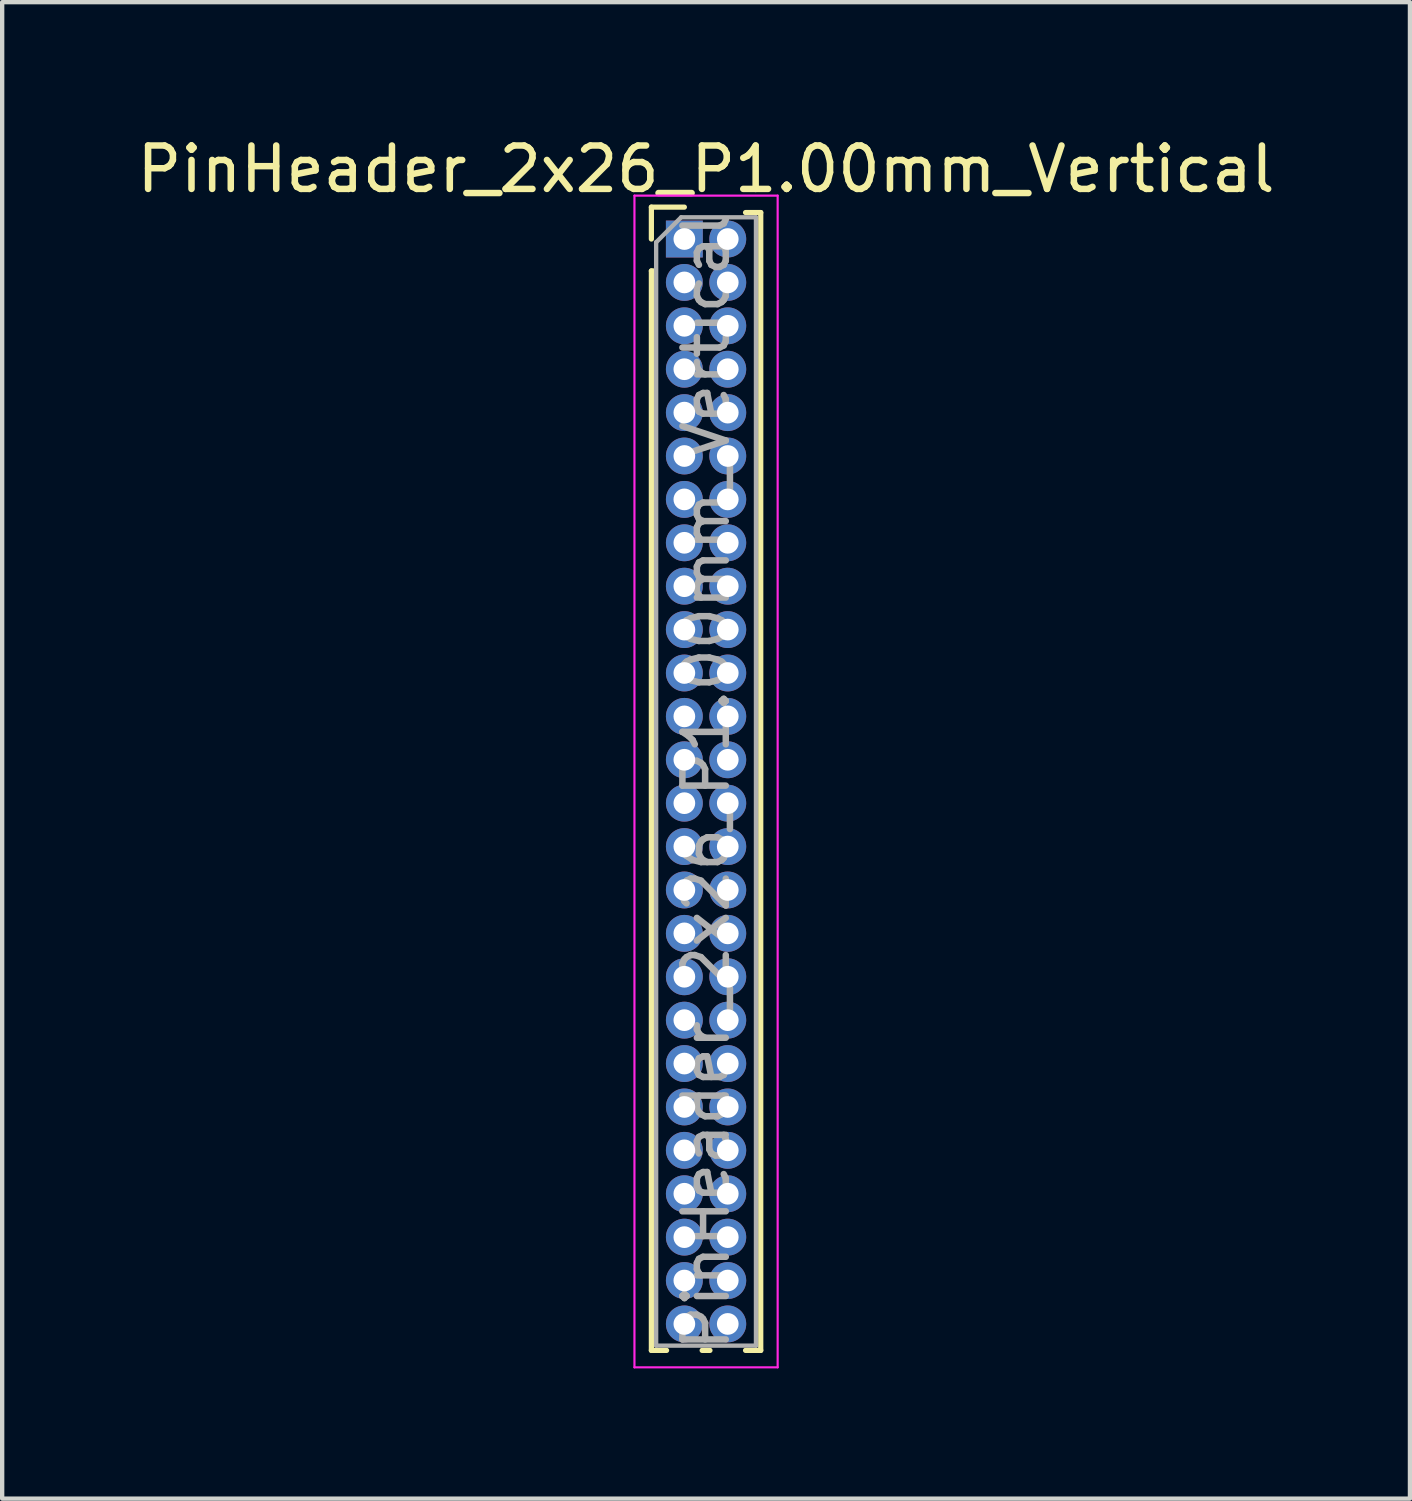
<source format=kicad_pcb>
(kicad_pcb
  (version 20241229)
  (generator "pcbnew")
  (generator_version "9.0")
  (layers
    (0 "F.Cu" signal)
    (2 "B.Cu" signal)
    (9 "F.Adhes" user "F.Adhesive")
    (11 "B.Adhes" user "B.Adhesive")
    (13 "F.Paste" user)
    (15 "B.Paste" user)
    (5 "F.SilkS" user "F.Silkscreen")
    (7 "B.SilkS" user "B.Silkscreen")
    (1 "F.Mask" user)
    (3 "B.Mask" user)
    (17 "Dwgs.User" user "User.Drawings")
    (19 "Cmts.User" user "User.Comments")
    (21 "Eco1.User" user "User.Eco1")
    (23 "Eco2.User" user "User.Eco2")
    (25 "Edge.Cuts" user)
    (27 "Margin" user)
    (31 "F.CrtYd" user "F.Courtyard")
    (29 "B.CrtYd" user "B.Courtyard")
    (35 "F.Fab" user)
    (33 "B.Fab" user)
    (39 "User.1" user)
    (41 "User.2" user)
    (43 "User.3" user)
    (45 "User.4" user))
  (footprint "PinHeader_2x26_P1.00mm_Vertical"
    (layer "F.Cu")
    (at 12.72 2.458)
    (property "Reference" "PinHeader_2x26_P1.00mm_Vertical" (at 0.5 -1.61 0) (layer "F.SilkS") (effects (font (size 1 1) (thickness 0.15))))
    (attr through_hole)
    (fp_line (start -0.76 -0.735) (end 0 -0.735) (stroke (width 0.12) (type solid)) (layer "F.SilkS"))
    (fp_line (start -0.76 0) (end -0.76 -0.735) (stroke (width 0.12) (type solid)) (layer "F.SilkS"))
    (fp_line (start -0.76 0.735) (end -0.76 25.61) (stroke (width 0.12) (type solid)) (layer "F.SilkS"))
    (fp_line (start -0.76 0.735) (end -0.686 0.735) (stroke (width 0.12) (type solid)) (layer "F.SilkS"))
    (fp_line (start -0.76 25.61) (end -0.41 25.61) (stroke (width 0.12) (type solid)) (layer "F.SilkS"))
    (fp_line (start 0.41 25.61) (end 0.59 25.61) (stroke (width 0.12) (type solid)) (layer "F.SilkS"))
    (fp_line (start 1.41 -0.61) (end 1.76 -0.61) (stroke (width 0.12) (type solid)) (layer "F.SilkS"))
    (fp_line (start 1.41 25.61) (end 1.76 25.61) (stroke (width 0.12) (type solid)) (layer "F.SilkS"))
    (fp_line (start 1.76 -0.61) (end 1.76 25.61) (stroke (width 0.12) (type solid)) (layer "F.SilkS"))
    (fp_line (start -1.15 -1) (end -1.15 26) (stroke (width 0.05) (type solid)) (layer "F.CrtYd"))
    (fp_line (start -1.15 26) (end 2.15 26) (stroke (width 0.05) (type solid)) (layer "F.CrtYd"))
    (fp_line (start 2.15 -1) (end -1.15 -1) (stroke (width 0.05) (type solid)) (layer "F.CrtYd"))
    (fp_line (start 2.15 26) (end 2.15 -1) (stroke (width 0.05) (type solid)) (layer "F.CrtYd"))
    (fp_line (start -0.65 0.075) (end -0.075 -0.5) (stroke (width 0.1) (type solid)) (layer "F.Fab"))
    (fp_line (start -0.65 25.5) (end -0.65 0.075) (stroke (width 0.1) (type solid)) (layer "F.Fab"))
    (fp_line (start -0.075 -0.5) (end 1.65 -0.5) (stroke (width 0.1) (type solid)) (layer "F.Fab"))
    (fp_line (start 1.65 -0.5) (end 1.65 25.5) (stroke (width 0.1) (type solid)) (layer "F.Fab"))
    (fp_line (start 1.65 25.5) (end -0.65 25.5) (stroke (width 0.1) (type solid)) (layer "F.Fab"))
    (fp_text user "${REFERENCE}" (at 0.5 12.5 90) (layer "F.Fab") (effects (font (size 1 1) (thickness 0.15))))
    (pad "1" thru_hole rect (at 0 0) (size 0.85 0.85) (drill 0.5) (layers "*.Cu" "*.Mask"))
    (pad "2" thru_hole circle (at 1 0) (size 0.85 0.85) (drill 0.5) (layers "*.Cu" "*.Mask"))
    (pad "3" thru_hole circle (at 0 1) (size 0.85 0.85) (drill 0.5) (layers "*.Cu" "*.Mask"))
    (pad "4" thru_hole circle (at 1 1) (size 0.85 0.85) (drill 0.5) (layers "*.Cu" "*.Mask"))
    (pad "5" thru_hole circle (at 0 2) (size 0.85 0.85) (drill 0.5) (layers "*.Cu" "*.Mask"))
    (pad "6" thru_hole circle (at 1 2) (size 0.85 0.85) (drill 0.5) (layers "*.Cu" "*.Mask"))
    (pad "7" thru_hole circle (at 0 3) (size 0.85 0.85) (drill 0.5) (layers "*.Cu" "*.Mask"))
    (pad "8" thru_hole circle (at 1 3) (size 0.85 0.85) (drill 0.5) (layers "*.Cu" "*.Mask"))
    (pad "9" thru_hole circle (at 0 4) (size 0.85 0.85) (drill 0.5) (layers "*.Cu" "*.Mask"))
    (pad "10" thru_hole circle (at 1 4) (size 0.85 0.85) (drill 0.5) (layers "*.Cu" "*.Mask"))
    (pad "11" thru_hole circle (at 0 5) (size 0.85 0.85) (drill 0.5) (layers "*.Cu" "*.Mask"))
    (pad "12" thru_hole circle (at 1 5) (size 0.85 0.85) (drill 0.5) (layers "*.Cu" "*.Mask"))
    (pad "13" thru_hole circle (at 0 6) (size 0.85 0.85) (drill 0.5) (layers "*.Cu" "*.Mask"))
    (pad "14" thru_hole circle (at 1 6) (size 0.85 0.85) (drill 0.5) (layers "*.Cu" "*.Mask"))
    (pad "15" thru_hole circle (at 0 7) (size 0.85 0.85) (drill 0.5) (layers "*.Cu" "*.Mask"))
    (pad "16" thru_hole circle (at 1 7) (size 0.85 0.85) (drill 0.5) (layers "*.Cu" "*.Mask"))
    (pad "17" thru_hole circle (at 0 8) (size 0.85 0.85) (drill 0.5) (layers "*.Cu" "*.Mask"))
    (pad "18" thru_hole circle (at 1 8) (size 0.85 0.85) (drill 0.5) (layers "*.Cu" "*.Mask"))
    (pad "19" thru_hole circle (at 0 9) (size 0.85 0.85) (drill 0.5) (layers "*.Cu" "*.Mask"))
    (pad "20" thru_hole circle (at 1 9) (size 0.85 0.85) (drill 0.5) (layers "*.Cu" "*.Mask"))
    (pad "21" thru_hole circle (at 0 10) (size 0.85 0.85) (drill 0.5) (layers "*.Cu" "*.Mask"))
    (pad "22" thru_hole circle (at 1 10) (size 0.85 0.85) (drill 0.5) (layers "*.Cu" "*.Mask"))
    (pad "23" thru_hole circle (at 0 11) (size 0.85 0.85) (drill 0.5) (layers "*.Cu" "*.Mask"))
    (pad "24" thru_hole circle (at 1 11) (size 0.85 0.85) (drill 0.5) (layers "*.Cu" "*.Mask"))
    (pad "25" thru_hole circle (at 0 12) (size 0.85 0.85) (drill 0.5) (layers "*.Cu" "*.Mask"))
    (pad "26" thru_hole circle (at 1 12) (size 0.85 0.85) (drill 0.5) (layers "*.Cu" "*.Mask"))
    (pad "27" thru_hole circle (at 0 13) (size 0.85 0.85) (drill 0.5) (layers "*.Cu" "*.Mask"))
    (pad "28" thru_hole circle (at 1 13) (size 0.85 0.85) (drill 0.5) (layers "*.Cu" "*.Mask"))
    (pad "29" thru_hole circle (at 0 14) (size 0.85 0.85) (drill 0.5) (layers "*.Cu" "*.Mask"))
    (pad "30" thru_hole circle (at 1 14) (size 0.85 0.85) (drill 0.5) (layers "*.Cu" "*.Mask"))
    (pad "31" thru_hole circle (at 0 15) (size 0.85 0.85) (drill 0.5) (layers "*.Cu" "*.Mask"))
    (pad "32" thru_hole circle (at 1 15) (size 0.85 0.85) (drill 0.5) (layers "*.Cu" "*.Mask"))
    (pad "33" thru_hole circle (at 0 16) (size 0.85 0.85) (drill 0.5) (layers "*.Cu" "*.Mask"))
    (pad "34" thru_hole circle (at 1 16) (size 0.85 0.85) (drill 0.5) (layers "*.Cu" "*.Mask"))
    (pad "35" thru_hole circle (at 0 17) (size 0.85 0.85) (drill 0.5) (layers "*.Cu" "*.Mask"))
    (pad "36" thru_hole circle (at 1 17) (size 0.85 0.85) (drill 0.5) (layers "*.Cu" "*.Mask"))
    (pad "37" thru_hole circle (at 0 18) (size 0.85 0.85) (drill 0.5) (layers "*.Cu" "*.Mask"))
    (pad "38" thru_hole circle (at 1 18) (size 0.85 0.85) (drill 0.5) (layers "*.Cu" "*.Mask"))
    (pad "39" thru_hole circle (at 0 19) (size 0.85 0.85) (drill 0.5) (layers "*.Cu" "*.Mask"))
    (pad "40" thru_hole circle (at 1 19) (size 0.85 0.85) (drill 0.5) (layers "*.Cu" "*.Mask"))
    (pad "41" thru_hole circle (at 0 20) (size 0.85 0.85) (drill 0.5) (layers "*.Cu" "*.Mask"))
    (pad "42" thru_hole circle (at 1 20) (size 0.85 0.85) (drill 0.5) (layers "*.Cu" "*.Mask"))
    (pad "43" thru_hole circle (at 0 21) (size 0.85 0.85) (drill 0.5) (layers "*.Cu" "*.Mask"))
    (pad "44" thru_hole circle (at 1 21) (size 0.85 0.85) (drill 0.5) (layers "*.Cu" "*.Mask"))
    (pad "45" thru_hole circle (at 0 22) (size 0.85 0.85) (drill 0.5) (layers "*.Cu" "*.Mask"))
    (pad "46" thru_hole circle (at 1 22) (size 0.85 0.85) (drill 0.5) (layers "*.Cu" "*.Mask"))
    (pad "47" thru_hole circle (at 0 23) (size 0.85 0.85) (drill 0.5) (layers "*.Cu" "*.Mask"))
    (pad "48" thru_hole circle (at 1 23) (size 0.85 0.85) (drill 0.5) (layers "*.Cu" "*.Mask"))
    (pad "49" thru_hole circle (at 0 24) (size 0.85 0.85) (drill 0.5) (layers "*.Cu" "*.Mask"))
    (pad "50" thru_hole circle (at 1 24) (size 0.85 0.85) (drill 0.5) (layers "*.Cu" "*.Mask"))
    (pad "51" thru_hole circle (at 0 25) (size 0.85 0.85) (drill 0.5) (layers "*.Cu" "*.Mask"))
    (pad "52" thru_hole circle (at 1 25) (size 0.85 0.85) (drill 0.5) (layers "*.Cu" "*.Mask")))
  (gr_rect
    (start -3 -3)
    (end 29.44 31.483)
    (stroke (width 0.1) (type default))
    (fill no)
    (layer "Edge.Cuts")))
</source>
